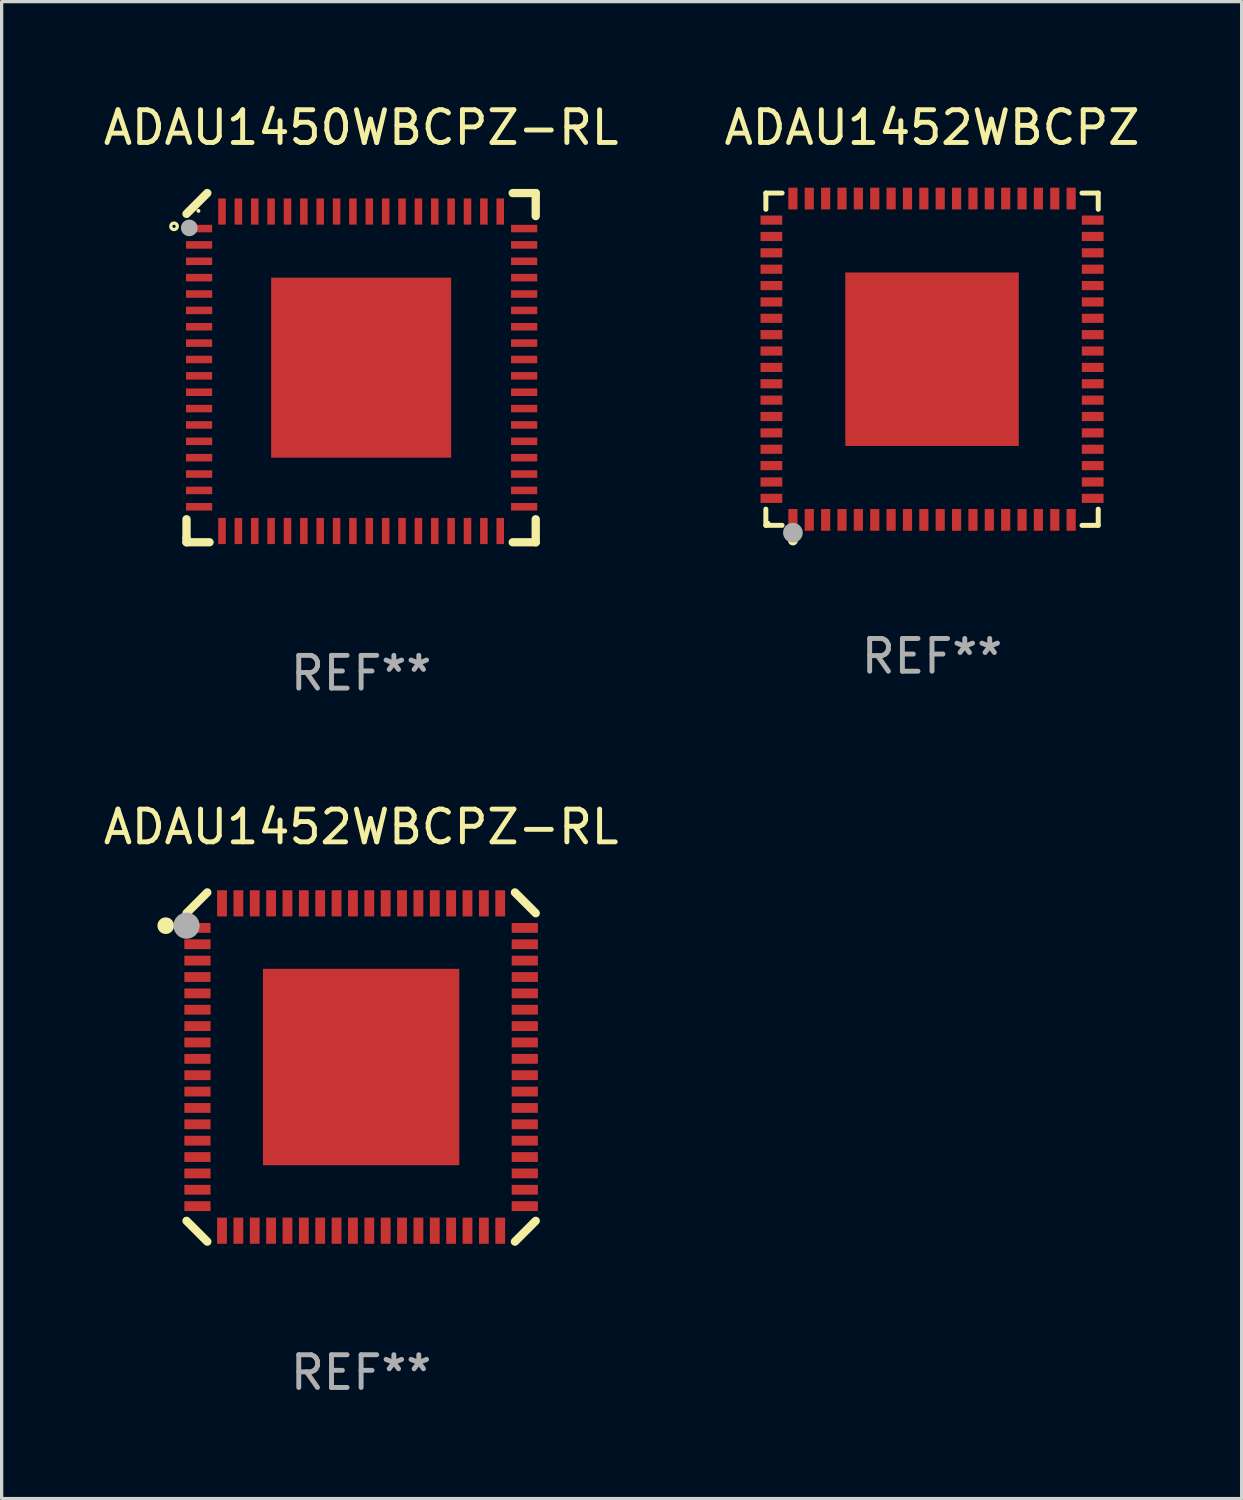
<source format=kicad_pcb>
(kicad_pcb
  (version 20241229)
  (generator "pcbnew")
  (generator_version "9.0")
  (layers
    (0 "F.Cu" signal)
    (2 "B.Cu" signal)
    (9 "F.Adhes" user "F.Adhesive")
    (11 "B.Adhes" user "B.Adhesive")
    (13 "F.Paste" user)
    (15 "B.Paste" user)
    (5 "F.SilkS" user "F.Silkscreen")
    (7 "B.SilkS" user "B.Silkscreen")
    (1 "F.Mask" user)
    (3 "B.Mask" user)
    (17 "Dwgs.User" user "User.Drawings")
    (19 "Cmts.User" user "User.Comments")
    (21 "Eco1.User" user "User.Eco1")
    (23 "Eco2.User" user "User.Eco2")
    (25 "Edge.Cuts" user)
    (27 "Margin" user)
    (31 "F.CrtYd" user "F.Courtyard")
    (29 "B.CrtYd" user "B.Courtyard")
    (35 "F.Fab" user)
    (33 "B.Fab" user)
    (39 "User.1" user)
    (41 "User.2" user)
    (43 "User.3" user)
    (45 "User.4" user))
  (footprint "ADAU1450WBCPZ-RL"
    (layer "F.Cu")
    (at 7.982 8.182)
    (property "Reference" "ADAU1450WBCPZ-RL" (at 0 -7.334 0) (layer "F.SilkS") (effects (font (size 1 1) (thickness 0.15))))
    (attr through_hole)
    (fp_line (start -5.334 4.631) (end -5.334 5.207) (stroke (width 0.254) (type solid)) (layer "F.SilkS"))
    (fp_line (start -5.334 5.207) (end -5.334 5.334) (stroke (width 0.254) (type solid)) (layer "F.SilkS"))
    (fp_line (start -5.334 5.334) (end -4.631 5.334) (stroke (width 0.254) (type solid)) (layer "F.SilkS"))
    (fp_line (start -4.699 -5.334) (end -5.334 -4.699) (stroke (width 0.254) (type solid)) (layer "F.SilkS"))
    (fp_line (start 4.631 -5.334) (end 5.334 -5.334) (stroke (width 0.254) (type solid)) (layer "F.SilkS"))
    (fp_line (start 4.631 5.334) (end 5.334 5.334) (stroke (width 0.254) (type solid)) (layer "F.SilkS"))
    (fp_line (start 5.334 -5.334) (end 5.334 -4.631) (stroke (width 0.254) (type solid)) (layer "F.SilkS"))
    (fp_line (start 5.334 5.334) (end 5.334 4.631) (stroke (width 0.254) (type solid)) (layer "F.SilkS"))
    (fp_circle (center -5.715 -4.318) (end -5.615 -4.318) (stroke (width 0.1) (type solid)) (fill no) (layer "F.SilkS"))
    (fp_circle (center -4.97 -4.79) (end -4.94 -4.79) (stroke (width 0.06) (type solid)) (fill no) (layer "F.SilkS"))
    (fp_circle (center -5.25 -4.27) (end -5.123 -4.27) (stroke (width 0.254) (type solid)) (fill no) (layer "F.Fab"))
    (fp_text user "REF**" (at 0 9.334 0) (layer "F.Fab") (effects (font (size 1 1) (thickness 0.15))))
    (pad "1" smd rect (at -4.95 -4.25) (size 0.8 0.23) (layers "F.Cu" "F.Mask" "F.Paste"))
    (pad "2" smd rect (at -4.95 -3.75) (size 0.8 0.23) (layers "F.Cu" "F.Mask" "F.Paste"))
    (pad "3" smd rect (at -4.95 -3.25) (size 0.8 0.23) (layers "F.Cu" "F.Mask" "F.Paste"))
    (pad "4" smd rect (at -4.95 -2.75) (size 0.8 0.23) (layers "F.Cu" "F.Mask" "F.Paste"))
    (pad "5" smd rect (at -4.95 -2.25) (size 0.8 0.23) (layers "F.Cu" "F.Mask" "F.Paste"))
    (pad "6" smd rect (at -4.95 -1.75) (size 0.8 0.23) (layers "F.Cu" "F.Mask" "F.Paste"))
    (pad "7" smd rect (at -4.95 -1.25) (size 0.8 0.23) (layers "F.Cu" "F.Mask" "F.Paste"))
    (pad "8" smd rect (at -4.95 -0.75) (size 0.8 0.23) (layers "F.Cu" "F.Mask" "F.Paste"))
    (pad "9" smd rect (at -4.95 -0.25) (size 0.8 0.23) (layers "F.Cu" "F.Mask" "F.Paste"))
    (pad "10" smd rect (at -4.95 0.25) (size 0.8 0.23) (layers "F.Cu" "F.Mask" "F.Paste"))
    (pad "11" smd rect (at -4.95 0.75) (size 0.8 0.23) (layers "F.Cu" "F.Mask" "F.Paste"))
    (pad "12" smd rect (at -4.95 1.25) (size 0.8 0.23) (layers "F.Cu" "F.Mask" "F.Paste"))
    (pad "13" smd rect (at -4.95 1.75) (size 0.8 0.23) (layers "F.Cu" "F.Mask" "F.Paste"))
    (pad "14" smd rect (at -4.95 2.25) (size 0.8 0.23) (layers "F.Cu" "F.Mask" "F.Paste"))
    (pad "15" smd rect (at -4.95 2.75) (size 0.8 0.23) (layers "F.Cu" "F.Mask" "F.Paste"))
    (pad "16" smd rect (at -4.95 3.25) (size 0.8 0.23) (layers "F.Cu" "F.Mask" "F.Paste"))
    (pad "17" smd rect (at -4.95 3.75) (size 0.8 0.23) (layers "F.Cu" "F.Mask" "F.Paste"))
    (pad "18" smd rect (at -4.95 4.25) (size 0.8 0.23) (layers "F.Cu" "F.Mask" "F.Paste"))
    (pad "19" smd rect (at -4.25 4.99 90) (size 0.8 0.23) (layers "F.Cu" "F.Mask" "F.Paste"))
    (pad "20" smd rect (at -3.75 4.99 90) (size 0.8 0.23) (layers "F.Cu" "F.Mask" "F.Paste"))
    (pad "21" smd rect (at -3.25 4.99 90) (size 0.8 0.23) (layers "F.Cu" "F.Mask" "F.Paste"))
    (pad "22" smd rect (at -2.75 4.99 90) (size 0.8 0.23) (layers "F.Cu" "F.Mask" "F.Paste"))
    (pad "23" smd rect (at -2.25 4.99 90) (size 0.8 0.23) (layers "F.Cu" "F.Mask" "F.Paste"))
    (pad "24" smd rect (at -1.75 4.99 90) (size 0.8 0.23) (layers "F.Cu" "F.Mask" "F.Paste"))
    (pad "25" smd rect (at -1.25 4.99 90) (size 0.8 0.23) (layers "F.Cu" "F.Mask" "F.Paste"))
    (pad "26" smd rect (at -0.75 4.99 90) (size 0.8 0.23) (layers "F.Cu" "F.Mask" "F.Paste"))
    (pad "27" smd rect (at -0.25 4.99 90) (size 0.8 0.23) (layers "F.Cu" "F.Mask" "F.Paste"))
    (pad "28" smd rect (at 0.25 4.99 90) (size 0.8 0.23) (layers "F.Cu" "F.Mask" "F.Paste"))
    (pad "29" smd rect (at 0.75 4.99 90) (size 0.8 0.23) (layers "F.Cu" "F.Mask" "F.Paste"))
    (pad "30" smd rect (at 1.25 4.99 90) (size 0.8 0.23) (layers "F.Cu" "F.Mask" "F.Paste"))
    (pad "31" smd rect (at 1.75 4.99 90) (size 0.8 0.23) (layers "F.Cu" "F.Mask" "F.Paste"))
    (pad "32" smd rect (at 2.25 4.99 90) (size 0.8 0.23) (layers "F.Cu" "F.Mask" "F.Paste"))
    (pad "33" smd rect (at 2.75 4.99 90) (size 0.8 0.23) (layers "F.Cu" "F.Mask" "F.Paste"))
    (pad "34" smd rect (at 3.25 4.99 90) (size 0.8 0.23) (layers "F.Cu" "F.Mask" "F.Paste"))
    (pad "35" smd rect (at 3.75 4.99 90) (size 0.8 0.23) (layers "F.Cu" "F.Mask" "F.Paste"))
    (pad "36" smd rect (at 4.25 4.99 90) (size 0.8 0.23) (layers "F.Cu" "F.Mask" "F.Paste"))
    (pad "37" smd rect (at 4.98 4.25 180) (size 0.8 0.23) (layers "F.Cu" "F.Mask" "F.Paste"))
    (pad "38" smd rect (at 4.98 3.75 180) (size 0.8 0.23) (layers "F.Cu" "F.Mask" "F.Paste"))
    (pad "39" smd rect (at 4.98 3.25 180) (size 0.8 0.23) (layers "F.Cu" "F.Mask" "F.Paste"))
    (pad "40" smd rect (at 4.98 2.75 180) (size 0.8 0.23) (layers "F.Cu" "F.Mask" "F.Paste"))
    (pad "41" smd rect (at 4.98 2.25 180) (size 0.8 0.23) (layers "F.Cu" "F.Mask" "F.Paste"))
    (pad "42" smd rect (at 4.98 1.75 180) (size 0.8 0.23) (layers "F.Cu" "F.Mask" "F.Paste"))
    (pad "43" smd rect (at 4.98 1.25 180) (size 0.8 0.23) (layers "F.Cu" "F.Mask" "F.Paste"))
    (pad "44" smd rect (at 4.98 0.75 180) (size 0.8 0.23) (layers "F.Cu" "F.Mask" "F.Paste"))
    (pad "45" smd rect (at 4.98 0.25 180) (size 0.8 0.23) (layers "F.Cu" "F.Mask" "F.Paste"))
    (pad "46" smd rect (at 4.98 -0.25 180) (size 0.8 0.23) (layers "F.Cu" "F.Mask" "F.Paste"))
    (pad "47" smd rect (at 4.98 -0.75 180) (size 0.8 0.23) (layers "F.Cu" "F.Mask" "F.Paste"))
    (pad "48" smd rect (at 4.98 -1.25 180) (size 0.8 0.23) (layers "F.Cu" "F.Mask" "F.Paste"))
    (pad "49" smd rect (at 4.98 -1.75 180) (size 0.8 0.23) (layers "F.Cu" "F.Mask" "F.Paste"))
    (pad "50" smd rect (at 4.98 -2.25 180) (size 0.8 0.23) (layers "F.Cu" "F.Mask" "F.Paste"))
    (pad "51" smd rect (at 4.98 -2.75 180) (size 0.8 0.23) (layers "F.Cu" "F.Mask" "F.Paste"))
    (pad "52" smd rect (at 4.98 -3.25 180) (size 0.8 0.23) (layers "F.Cu" "F.Mask" "F.Paste"))
    (pad "53" smd rect (at 4.98 -3.75 180) (size 0.8 0.23) (layers "F.Cu" "F.Mask" "F.Paste"))
    (pad "54" smd rect (at 4.98 -4.25 180) (size 0.8 0.23) (layers "F.Cu" "F.Mask" "F.Paste"))
    (pad "55" smd rect (at 4.25 -4.77 270) (size 0.8 0.23) (layers "F.Cu" "F.Mask" "F.Paste"))
    (pad "56" smd rect (at 3.75 -4.77 270) (size 0.8 0.23) (layers "F.Cu" "F.Mask" "F.Paste"))
    (pad "57" smd rect (at 3.25 -4.77 270) (size 0.8 0.23) (layers "F.Cu" "F.Mask" "F.Paste"))
    (pad "58" smd rect (at 2.75 -4.77 270) (size 0.8 0.23) (layers "F.Cu" "F.Mask" "F.Paste"))
    (pad "59" smd rect (at 2.25 -4.77 270) (size 0.8 0.23) (layers "F.Cu" "F.Mask" "F.Paste"))
    (pad "60" smd rect (at 1.75 -4.77 270) (size 0.8 0.23) (layers "F.Cu" "F.Mask" "F.Paste"))
    (pad "61" smd rect (at 1.25 -4.77 270) (size 0.8 0.23) (layers "F.Cu" "F.Mask" "F.Paste"))
    (pad "62" smd rect (at 0.75 -4.77 270) (size 0.8 0.23) (layers "F.Cu" "F.Mask" "F.Paste"))
    (pad "63" smd rect (at 0.25 -4.77 270) (size 0.8 0.23) (layers "F.Cu" "F.Mask" "F.Paste"))
    (pad "64" smd rect (at -0.25 -4.77 270) (size 0.8 0.23) (layers "F.Cu" "F.Mask" "F.Paste"))
    (pad "65" smd rect (at -0.75 -4.77 270) (size 0.8 0.23) (layers "F.Cu" "F.Mask" "F.Paste"))
    (pad "66" smd rect (at -1.25 -4.77 270) (size 0.8 0.23) (layers "F.Cu" "F.Mask" "F.Paste"))
    (pad "67" smd rect (at -1.75 -4.77 270) (size 0.8 0.23) (layers "F.Cu" "F.Mask" "F.Paste"))
    (pad "68" smd rect (at -2.25 -4.77 270) (size 0.8 0.23) (layers "F.Cu" "F.Mask" "F.Paste"))
    (pad "69" smd rect (at -2.75 -4.77 270) (size 0.8 0.23) (layers "F.Cu" "F.Mask" "F.Paste"))
    (pad "70" smd rect (at -3.25 -4.77 270) (size 0.8 0.23) (layers "F.Cu" "F.Mask" "F.Paste"))
    (pad "71" smd rect (at -3.75 -4.77 270) (size 0.8 0.23) (layers "F.Cu" "F.Mask" "F.Paste"))
    (pad "72" smd rect (at -4.25 -4.77 270) (size 0.8 0.23) (layers "F.Cu" "F.Mask" "F.Paste"))
    (pad "73" smd rect (at 0.000152 -0.000025 90) (size 5.5 5.5) (layers "F.Cu" "F.Mask" "F.Paste")))
  (footprint "ADAU1452WBCPZ-RL"
    (layer "F.Cu")
    (at 7.982 29.547)
    (property "Reference" "ADAU1452WBCPZ-RL" (at 0 -7.334 0) (layer "F.SilkS") (effects (font (size 1 1) (thickness 0.15))))
    (attr through_hole)
    (fp_line (start -5.334 4.699) (end -4.699 5.334) (stroke (width 0.254) (type solid)) (layer "F.SilkS"))
    (fp_line (start -4.699 -5.334) (end -5.334 -4.699) (stroke (width 0.254) (type solid)) (layer "F.SilkS"))
    (fp_line (start 4.699 5.334) (end 5.334 4.699) (stroke (width 0.254) (type solid)) (layer "F.SilkS"))
    (fp_line (start 5.334 -4.699) (end 4.699 -5.334) (stroke (width 0.254) (type solid)) (layer "F.SilkS"))
    (fp_circle (center -5.969 -4.318) (end -5.842 -4.318) (stroke (width 0.254) (type solid)) (fill no) (layer "F.SilkS"))
    (fp_circle (center -5 -5) (end -4.97 -5) (stroke (width 0.06) (type solid)) (fill no) (layer "F.SilkS"))
    (fp_circle (center -5.334 -4.318) (end -5.134 -4.318) (stroke (width 0.4) (type solid)) (fill no) (layer "F.Fab"))
    (fp_text user "REF**" (at 0 9.334 0) (layer "F.Fab") (effects (font (size 1 1) (thickness 0.15))))
    (pad "1" smd rect (at -5 -4.25) (size 0.8 0.3) (layers "F.Cu" "F.Mask" "F.Paste"))
    (pad "2" smd rect (at -5 -3.75) (size 0.8 0.3) (layers "F.Cu" "F.Mask" "F.Paste"))
    (pad "3" smd rect (at -5 -3.25) (size 0.8 0.3) (layers "F.Cu" "F.Mask" "F.Paste"))
    (pad "4" smd rect (at -5 -2.75) (size 0.8 0.3) (layers "F.Cu" "F.Mask" "F.Paste"))
    (pad "5" smd rect (at -5 -2.25) (size 0.8 0.3) (layers "F.Cu" "F.Mask" "F.Paste"))
    (pad "6" smd rect (at -5 -1.75) (size 0.8 0.3) (layers "F.Cu" "F.Mask" "F.Paste"))
    (pad "7" smd rect (at -5 -1.25) (size 0.8 0.3) (layers "F.Cu" "F.Mask" "F.Paste"))
    (pad "8" smd rect (at -5 -0.75) (size 0.8 0.3) (layers "F.Cu" "F.Mask" "F.Paste"))
    (pad "9" smd rect (at -5 -0.25) (size 0.8 0.3) (layers "F.Cu" "F.Mask" "F.Paste"))
    (pad "10" smd rect (at -5 0.25) (size 0.8 0.3) (layers "F.Cu" "F.Mask" "F.Paste"))
    (pad "11" smd rect (at -5 0.75) (size 0.8 0.3) (layers "F.Cu" "F.Mask" "F.Paste"))
    (pad "12" smd rect (at -5 1.25) (size 0.8 0.3) (layers "F.Cu" "F.Mask" "F.Paste"))
    (pad "13" smd rect (at -5 1.75) (size 0.8 0.3) (layers "F.Cu" "F.Mask" "F.Paste"))
    (pad "14" smd rect (at -5 2.25) (size 0.8 0.3) (layers "F.Cu" "F.Mask" "F.Paste"))
    (pad "15" smd rect (at -5 2.75) (size 0.8 0.3) (layers "F.Cu" "F.Mask" "F.Paste"))
    (pad "16" smd rect (at -5 3.25) (size 0.8 0.3) (layers "F.Cu" "F.Mask" "F.Paste"))
    (pad "17" smd rect (at -5 3.75) (size 0.8 0.3) (layers "F.Cu" "F.Mask" "F.Paste"))
    (pad "18" smd rect (at -5 4.25) (size 0.8 0.3) (layers "F.Cu" "F.Mask" "F.Paste"))
    (pad "19" smd rect (at -4.25 5) (size 0.3 0.8) (layers "F.Cu" "F.Mask" "F.Paste"))
    (pad "20" smd rect (at -3.75 5) (size 0.3 0.8) (layers "F.Cu" "F.Mask" "F.Paste"))
    (pad "21" smd rect (at -3.25 5) (size 0.3 0.8) (layers "F.Cu" "F.Mask" "F.Paste"))
    (pad "22" smd rect (at -2.75 5) (size 0.3 0.8) (layers "F.Cu" "F.Mask" "F.Paste"))
    (pad "23" smd rect (at -2.25 5) (size 0.3 0.8) (layers "F.Cu" "F.Mask" "F.Paste"))
    (pad "24" smd rect (at -1.75 5) (size 0.3 0.8) (layers "F.Cu" "F.Mask" "F.Paste"))
    (pad "25" smd rect (at -1.25 5) (size 0.3 0.8) (layers "F.Cu" "F.Mask" "F.Paste"))
    (pad "26" smd rect (at -0.75 5) (size 0.3 0.8) (layers "F.Cu" "F.Mask" "F.Paste"))
    (pad "27" smd rect (at -0.25 5) (size 0.3 0.8) (layers "F.Cu" "F.Mask" "F.Paste"))
    (pad "28" smd rect (at 0.25 5) (size 0.3 0.8) (layers "F.Cu" "F.Mask" "F.Paste"))
    (pad "29" smd rect (at 0.75 5) (size 0.3 0.8) (layers "F.Cu" "F.Mask" "F.Paste"))
    (pad "30" smd rect (at 1.25 5) (size 0.3 0.8) (layers "F.Cu" "F.Mask" "F.Paste"))
    (pad "31" smd rect (at 1.75 5) (size 0.3 0.8) (layers "F.Cu" "F.Mask" "F.Paste"))
    (pad "32" smd rect (at 2.25 5) (size 0.3 0.8) (layers "F.Cu" "F.Mask" "F.Paste"))
    (pad "33" smd rect (at 2.75 5) (size 0.3 0.8) (layers "F.Cu" "F.Mask" "F.Paste"))
    (pad "34" smd rect (at 3.25 5) (size 0.3 0.8) (layers "F.Cu" "F.Mask" "F.Paste"))
    (pad "35" smd rect (at 3.75 5) (size 0.3 0.8) (layers "F.Cu" "F.Mask" "F.Paste"))
    (pad "36" smd rect (at 4.25 5) (size 0.3 0.8) (layers "F.Cu" "F.Mask" "F.Paste"))
    (pad "37" smd rect (at 5 4.25) (size 0.8 0.3) (layers "F.Cu" "F.Mask" "F.Paste"))
    (pad "38" smd rect (at 5 3.75) (size 0.8 0.3) (layers "F.Cu" "F.Mask" "F.Paste"))
    (pad "39" smd rect (at 5 3.25) (size 0.8 0.3) (layers "F.Cu" "F.Mask" "F.Paste"))
    (pad "40" smd rect (at 5 2.75) (size 0.8 0.3) (layers "F.Cu" "F.Mask" "F.Paste"))
    (pad "41" smd rect (at 5 2.25) (size 0.8 0.3) (layers "F.Cu" "F.Mask" "F.Paste"))
    (pad "42" smd rect (at 5 1.75) (size 0.8 0.3) (layers "F.Cu" "F.Mask" "F.Paste"))
    (pad "43" smd rect (at 5 1.25) (size 0.8 0.3) (layers "F.Cu" "F.Mask" "F.Paste"))
    (pad "44" smd rect (at 5 0.75) (size 0.8 0.3) (layers "F.Cu" "F.Mask" "F.Paste"))
    (pad "45" smd rect (at 5 0.25) (size 0.8 0.3) (layers "F.Cu" "F.Mask" "F.Paste"))
    (pad "46" smd rect (at 5 -0.25) (size 0.8 0.3) (layers "F.Cu" "F.Mask" "F.Paste"))
    (pad "47" smd rect (at 5 -0.75) (size 0.8 0.3) (layers "F.Cu" "F.Mask" "F.Paste"))
    (pad "48" smd rect (at 5 -1.25) (size 0.8 0.3) (layers "F.Cu" "F.Mask" "F.Paste"))
    (pad "49" smd rect (at 5 -1.75) (size 0.8 0.3) (layers "F.Cu" "F.Mask" "F.Paste"))
    (pad "50" smd rect (at 5 -2.25) (size 0.8 0.3) (layers "F.Cu" "F.Mask" "F.Paste"))
    (pad "51" smd rect (at 5 -2.75) (size 0.8 0.3) (layers "F.Cu" "F.Mask" "F.Paste"))
    (pad "52" smd rect (at 5 -3.25) (size 0.8 0.3) (layers "F.Cu" "F.Mask" "F.Paste"))
    (pad "53" smd rect (at 5 -3.75) (size 0.8 0.3) (layers "F.Cu" "F.Mask" "F.Paste"))
    (pad "54" smd rect (at 5 -4.25) (size 0.8 0.3) (layers "F.Cu" "F.Mask" "F.Paste"))
    (pad "55" smd rect (at 4.25 -5) (size 0.3 0.8) (layers "F.Cu" "F.Mask" "F.Paste"))
    (pad "56" smd rect (at 3.75 -5) (size 0.3 0.8) (layers "F.Cu" "F.Mask" "F.Paste"))
    (pad "57" smd rect (at 3.25 -5) (size 0.3 0.8) (layers "F.Cu" "F.Mask" "F.Paste"))
    (pad "58" smd rect (at 2.75 -5) (size 0.3 0.8) (layers "F.Cu" "F.Mask" "F.Paste"))
    (pad "59" smd rect (at 2.25 -5) (size 0.3 0.8) (layers "F.Cu" "F.Mask" "F.Paste"))
    (pad "60" smd rect (at 1.75 -5) (size 0.3 0.8) (layers "F.Cu" "F.Mask" "F.Paste"))
    (pad "61" smd rect (at 1.25 -5) (size 0.3 0.8) (layers "F.Cu" "F.Mask" "F.Paste"))
    (pad "62" smd rect (at 0.75 -5) (size 0.3 0.8) (layers "F.Cu" "F.Mask" "F.Paste"))
    (pad "63" smd rect (at 0.25 -5) (size 0.3 0.8) (layers "F.Cu" "F.Mask" "F.Paste"))
    (pad "64" smd rect (at -0.25 -5) (size 0.3 0.8) (layers "F.Cu" "F.Mask" "F.Paste"))
    (pad "65" smd rect (at -0.75 -5) (size 0.3 0.8) (layers "F.Cu" "F.Mask" "F.Paste"))
    (pad "66" smd rect (at -1.25 -5) (size 0.3 0.8) (layers "F.Cu" "F.Mask" "F.Paste"))
    (pad "67" smd rect (at -1.75 -5) (size 0.3 0.8) (layers "F.Cu" "F.Mask" "F.Paste"))
    (pad "68" smd rect (at -2.25 -5) (size 0.3 0.8) (layers "F.Cu" "F.Mask" "F.Paste"))
    (pad "69" smd rect (at -2.75 -5) (size 0.3 0.8) (layers "F.Cu" "F.Mask" "F.Paste"))
    (pad "70" smd rect (at -3.25 -5) (size 0.3 0.8) (layers "F.Cu" "F.Mask" "F.Paste"))
    (pad "71" smd rect (at -3.75 -5) (size 0.3 0.8) (layers "F.Cu" "F.Mask" "F.Paste"))
    (pad "72" smd rect (at -4.25 -5) (size 0.3 0.8) (layers "F.Cu" "F.Mask" "F.Paste"))
    (pad "73" smd rect (at 0 0) (size 6 6) (layers "F.Cu" "F.Mask" "F.Paste")))
  (footprint "ADAU1452WBCPZ"
    (layer "F.Cu")
    (at 25.423 7.924)
    (property "Reference" "ADAU1452WBCPZ" (at 0 -7.076 0) (layer "F.SilkS") (effects (font (size 1 1) (thickness 0.15))))
    (attr through_hole)
    (fp_line (start -5.077 4.58) (end -5.077 5.075) (stroke (width 0.152) (type solid)) (layer "F.SilkS"))
    (fp_line (start -5.077 5.075) (end -4.581 5.075) (stroke (width 0.152) (type solid)) (layer "F.SilkS"))
    (fp_line (start -5.076 -5.076) (end -4.58 -5.076) (stroke (width 0.152) (type solid)) (layer "F.SilkS"))
    (fp_line (start -5.076 -4.58) (end -5.076 -5.076) (stroke (width 0.152) (type solid)) (layer "F.SilkS"))
    (fp_line (start 5.077 -5.076) (end 4.581 -5.076) (stroke (width 0.152) (type solid)) (layer "F.SilkS"))
    (fp_line (start 5.077 -4.58) (end 5.077 -5.076) (stroke (width 0.152) (type solid)) (layer "F.SilkS"))
    (fp_line (start 5.077 4.58) (end 5.077 5.076) (stroke (width 0.152) (type solid)) (layer "F.SilkS"))
    (fp_line (start 5.077 5.076) (end 4.581 5.076) (stroke (width 0.152) (type solid)) (layer "F.SilkS"))
    (fp_circle (center -5 5) (end -4.97 5) (stroke (width 0.06) (type solid)) (fill no) (layer "F.SilkS"))
    (fp_circle (center -4.25 5.54) (end -4.175 5.54) (stroke (width 0.15) (type solid)) (fill no) (layer "F.SilkS"))
    (fp_circle (center -4.25 5.3) (end -4.099 5.3) (stroke (width 0.3) (type solid)) (fill no) (layer "F.Fab"))
    (fp_text user "REF**" (at 0 9.076 0) (layer "F.Fab") (effects (font (size 1 1) (thickness 0.15))))
    (pad "1" smd rect (at -4.25 4.908) (size 0.28 0.665) (layers "F.Cu" "F.Mask" "F.Paste"))
    (pad "2" smd rect (at -3.75 4.908) (size 0.28 0.665) (layers "F.Cu" "F.Mask" "F.Paste"))
    (pad "3" smd rect (at -3.25 4.908) (size 0.28 0.665) (layers "F.Cu" "F.Mask" "F.Paste"))
    (pad "4" smd rect (at -2.75 4.908) (size 0.28 0.665) (layers "F.Cu" "F.Mask" "F.Paste"))
    (pad "5" smd rect (at -2.25 4.908) (size 0.28 0.665) (layers "F.Cu" "F.Mask" "F.Paste"))
    (pad "6" smd rect (at -1.75 4.908) (size 0.28 0.665) (layers "F.Cu" "F.Mask" "F.Paste"))
    (pad "7" smd rect (at -1.25 4.908) (size 0.28 0.665) (layers "F.Cu" "F.Mask" "F.Paste"))
    (pad "8" smd rect (at -0.75 4.908) (size 0.28 0.665) (layers "F.Cu" "F.Mask" "F.Paste"))
    (pad "9" smd rect (at -0.25 4.908) (size 0.28 0.665) (layers "F.Cu" "F.Mask" "F.Paste"))
    (pad "10" smd rect (at 0.25 4.908) (size 0.28 0.665) (layers "F.Cu" "F.Mask" "F.Paste"))
    (pad "11" smd rect (at 0.75 4.908) (size 0.28 0.665) (layers "F.Cu" "F.Mask" "F.Paste"))
    (pad "12" smd rect (at 1.25 4.908) (size 0.28 0.665) (layers "F.Cu" "F.Mask" "F.Paste"))
    (pad "13" smd rect (at 1.75 4.908) (size 0.28 0.665) (layers "F.Cu" "F.Mask" "F.Paste"))
    (pad "14" smd rect (at 2.25 4.908) (size 0.28 0.665) (layers "F.Cu" "F.Mask" "F.Paste"))
    (pad "15" smd rect (at 2.75 4.908) (size 0.28 0.665) (layers "F.Cu" "F.Mask" "F.Paste"))
    (pad "16" smd rect (at 3.25 4.908) (size 0.28 0.665) (layers "F.Cu" "F.Mask" "F.Paste"))
    (pad "17" smd rect (at 3.75 4.908) (size 0.28 0.665) (layers "F.Cu" "F.Mask" "F.Paste"))
    (pad "18" smd rect (at 4.25 4.908) (size 0.28 0.665) (layers "F.Cu" "F.Mask" "F.Paste"))
    (pad "19" smd rect (at 4.908 4.25) (size 0.665 0.28) (layers "F.Cu" "F.Mask" "F.Paste"))
    (pad "20" smd rect (at 4.908 3.75) (size 0.665 0.28) (layers "F.Cu" "F.Mask" "F.Paste"))
    (pad "21" smd rect (at 4.908 3.25) (size 0.665 0.28) (layers "F.Cu" "F.Mask" "F.Paste"))
    (pad "22" smd rect (at 4.908 2.75) (size 0.665 0.28) (layers "F.Cu" "F.Mask" "F.Paste"))
    (pad "23" smd rect (at 4.908 2.25) (size 0.665 0.28) (layers "F.Cu" "F.Mask" "F.Paste"))
    (pad "24" smd rect (at 4.908 1.75) (size 0.665 0.28) (layers "F.Cu" "F.Mask" "F.Paste"))
    (pad "25" smd rect (at 4.908 1.25) (size 0.665 0.28) (layers "F.Cu" "F.Mask" "F.Paste"))
    (pad "26" smd rect (at 4.908 0.75) (size 0.665 0.28) (layers "F.Cu" "F.Mask" "F.Paste"))
    (pad "27" smd rect (at 4.908 0.25) (size 0.665 0.28) (layers "F.Cu" "F.Mask" "F.Paste"))
    (pad "28" smd rect (at 4.908 -0.25) (size 0.665 0.28) (layers "F.Cu" "F.Mask" "F.Paste"))
    (pad "29" smd rect (at 4.908 -0.75) (size 0.665 0.28) (layers "F.Cu" "F.Mask" "F.Paste"))
    (pad "30" smd rect (at 4.908 -1.25) (size 0.665 0.28) (layers "F.Cu" "F.Mask" "F.Paste"))
    (pad "31" smd rect (at 4.908 -1.75) (size 0.665 0.28) (layers "F.Cu" "F.Mask" "F.Paste"))
    (pad "32" smd rect (at 4.908 -2.25) (size 0.665 0.28) (layers "F.Cu" "F.Mask" "F.Paste"))
    (pad "33" smd rect (at 4.908 -2.75) (size 0.665 0.28) (layers "F.Cu" "F.Mask" "F.Paste"))
    (pad "34" smd rect (at 4.908 -3.25) (size 0.665 0.28) (layers "F.Cu" "F.Mask" "F.Paste"))
    (pad "35" smd rect (at 4.908 -3.75) (size 0.665 0.28) (layers "F.Cu" "F.Mask" "F.Paste"))
    (pad "36" smd rect (at 4.908 -4.25) (size 0.665 0.28) (layers "F.Cu" "F.Mask" "F.Paste"))
    (pad "37" smd rect (at 4.25 -4.908) (size 0.28 0.665) (layers "F.Cu" "F.Mask" "F.Paste"))
    (pad "38" smd rect (at 3.75 -4.908) (size 0.28 0.665) (layers "F.Cu" "F.Mask" "F.Paste"))
    (pad "39" smd rect (at 3.25 -4.908) (size 0.28 0.665) (layers "F.Cu" "F.Mask" "F.Paste"))
    (pad "40" smd rect (at 2.75 -4.908) (size 0.28 0.665) (layers "F.Cu" "F.Mask" "F.Paste"))
    (pad "41" smd rect (at 2.25 -4.908) (size 0.28 0.665) (layers "F.Cu" "F.Mask" "F.Paste"))
    (pad "42" smd rect (at 1.75 -4.908) (size 0.28 0.665) (layers "F.Cu" "F.Mask" "F.Paste"))
    (pad "43" smd rect (at 1.25 -4.908) (size 0.28 0.665) (layers "F.Cu" "F.Mask" "F.Paste"))
    (pad "44" smd rect (at 0.75 -4.908) (size 0.28 0.665) (layers "F.Cu" "F.Mask" "F.Paste"))
    (pad "45" smd rect (at 0.25 -4.908) (size 0.28 0.665) (layers "F.Cu" "F.Mask" "F.Paste"))
    (pad "46" smd rect (at -0.25 -4.908) (size 0.28 0.665) (layers "F.Cu" "F.Mask" "F.Paste"))
    (pad "47" smd rect (at -0.75 -4.908) (size 0.28 0.665) (layers "F.Cu" "F.Mask" "F.Paste"))
    (pad "48" smd rect (at -1.25 -4.908) (size 0.28 0.665) (layers "F.Cu" "F.Mask" "F.Paste"))
    (pad "49" smd rect (at -1.75 -4.908) (size 0.28 0.665) (layers "F.Cu" "F.Mask" "F.Paste"))
    (pad "50" smd rect (at -2.25 -4.908) (size 0.28 0.665) (layers "F.Cu" "F.Mask" "F.Paste"))
    (pad "51" smd rect (at -2.75 -4.908) (size 0.28 0.665) (layers "F.Cu" "F.Mask" "F.Paste"))
    (pad "52" smd rect (at -3.25 -4.908) (size 0.28 0.665) (layers "F.Cu" "F.Mask" "F.Paste"))
    (pad "53" smd rect (at -3.75 -4.908) (size 0.28 0.665) (layers "F.Cu" "F.Mask" "F.Paste"))
    (pad "54" smd rect (at -4.25 -4.908) (size 0.28 0.665) (layers "F.Cu" "F.Mask" "F.Paste"))
    (pad "55" smd rect (at -4.907 -4.25) (size 0.665 0.28) (layers "F.Cu" "F.Mask" "F.Paste"))
    (pad "56" smd rect (at -4.907 -3.75) (size 0.665 0.28) (layers "F.Cu" "F.Mask" "F.Paste"))
    (pad "57" smd rect (at -4.907 -3.25) (size 0.665 0.28) (layers "F.Cu" "F.Mask" "F.Paste"))
    (pad "58" smd rect (at -4.907 -2.75) (size 0.665 0.28) (layers "F.Cu" "F.Mask" "F.Paste"))
    (pad "59" smd rect (at -4.907 -2.25) (size 0.665 0.28) (layers "F.Cu" "F.Mask" "F.Paste"))
    (pad "60" smd rect (at -4.907 -1.75) (size 0.665 0.28) (layers "F.Cu" "F.Mask" "F.Paste"))
    (pad "61" smd rect (at -4.907 -1.25) (size 0.665 0.28) (layers "F.Cu" "F.Mask" "F.Paste"))
    (pad "62" smd rect (at -4.907 -0.75) (size 0.665 0.28) (layers "F.Cu" "F.Mask" "F.Paste"))
    (pad "63" smd rect (at -4.907 -0.25) (size 0.665 0.28) (layers "F.Cu" "F.Mask" "F.Paste"))
    (pad "64" smd rect (at -4.907 0.25) (size 0.665 0.28) (layers "F.Cu" "F.Mask" "F.Paste"))
    (pad "65" smd rect (at -4.907 0.75) (size 0.665 0.28) (layers "F.Cu" "F.Mask" "F.Paste"))
    (pad "66" smd rect (at -4.907 1.25) (size 0.665 0.28) (layers "F.Cu" "F.Mask" "F.Paste"))
    (pad "67" smd rect (at -4.907 1.75) (size 0.665 0.28) (layers "F.Cu" "F.Mask" "F.Paste"))
    (pad "68" smd rect (at -4.907 2.25) (size 0.665 0.28) (layers "F.Cu" "F.Mask" "F.Paste"))
    (pad "69" smd rect (at -4.907 2.75) (size 0.665 0.28) (layers "F.Cu" "F.Mask" "F.Paste"))
    (pad "70" smd rect (at -4.907 3.25) (size 0.665 0.28) (layers "F.Cu" "F.Mask" "F.Paste"))
    (pad "71" smd rect (at -4.907 3.75) (size 0.665 0.28) (layers "F.Cu" "F.Mask" "F.Paste"))
    (pad "72" smd rect (at -4.907 4.25) (size 0.665 0.28) (layers "F.Cu" "F.Mask" "F.Paste"))
    (pad "73" smd rect (at 0.000381 0.000025) (size 5.3 5.3) (layers "F.Cu" "F.Mask" "F.Paste")))
  (gr_rect
    (start -3 -3)
    (end 34.881 42.73)
    (stroke (width 0.1) (type default))
    (fill no)
    (layer "Edge.Cuts")))
</source>
